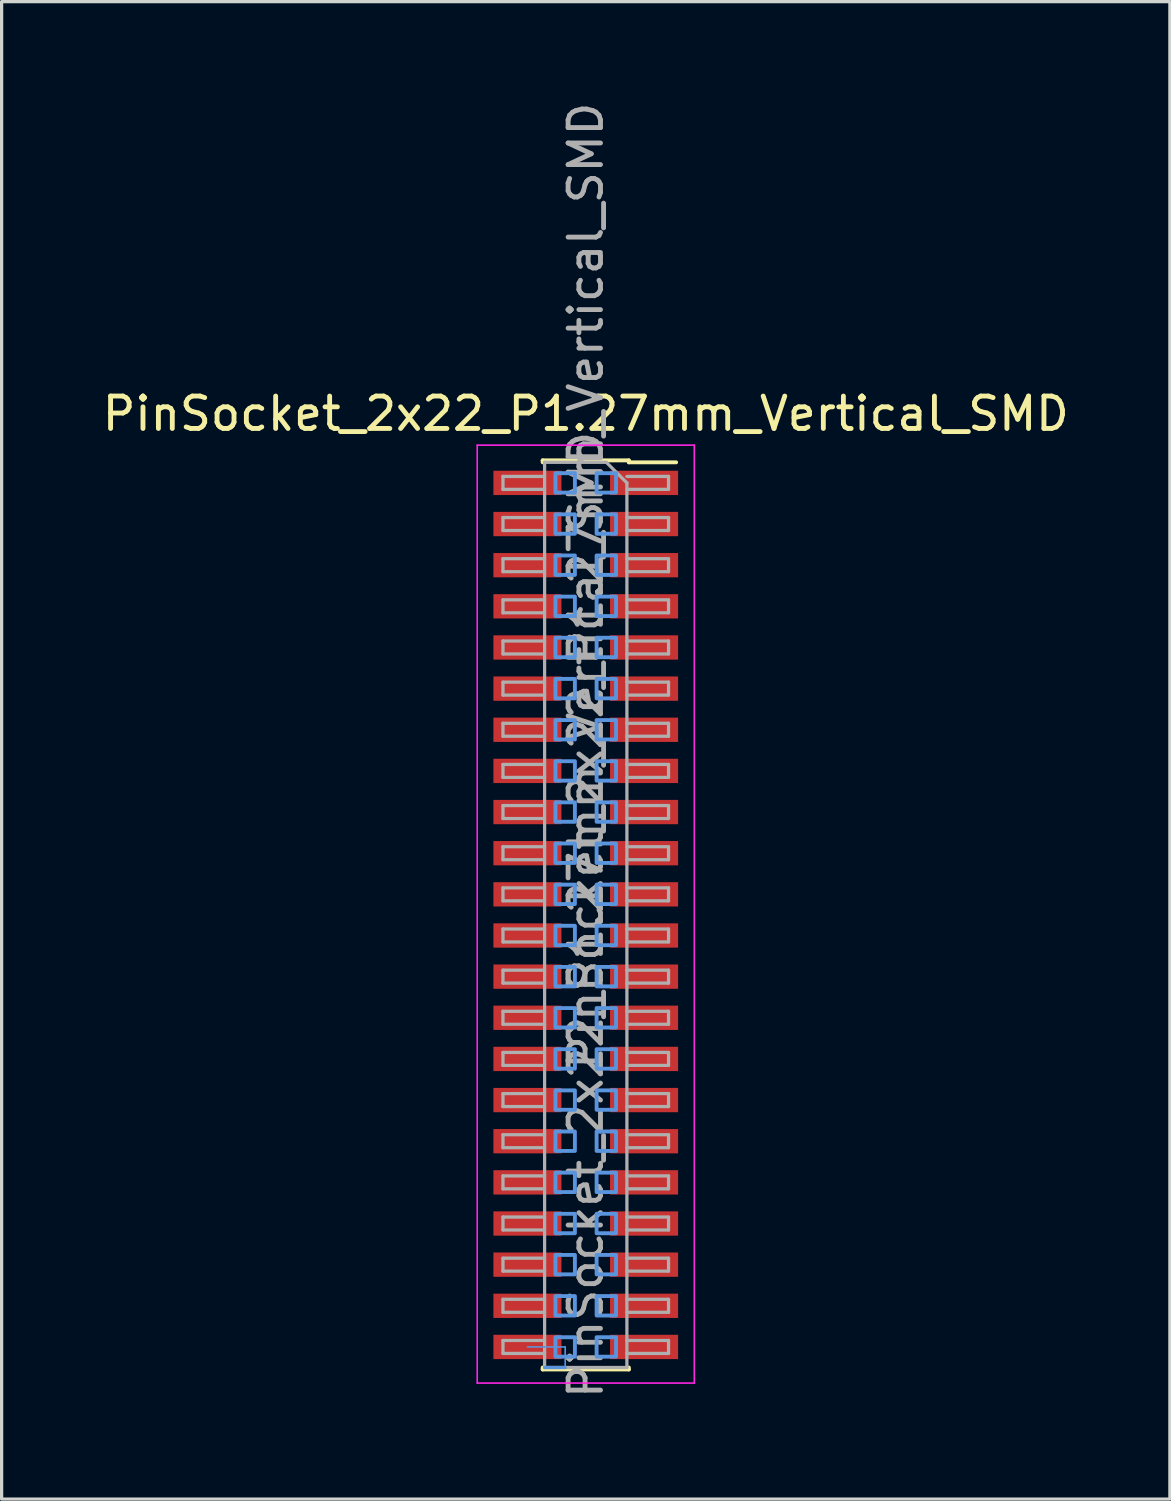
<source format=kicad_pcb>
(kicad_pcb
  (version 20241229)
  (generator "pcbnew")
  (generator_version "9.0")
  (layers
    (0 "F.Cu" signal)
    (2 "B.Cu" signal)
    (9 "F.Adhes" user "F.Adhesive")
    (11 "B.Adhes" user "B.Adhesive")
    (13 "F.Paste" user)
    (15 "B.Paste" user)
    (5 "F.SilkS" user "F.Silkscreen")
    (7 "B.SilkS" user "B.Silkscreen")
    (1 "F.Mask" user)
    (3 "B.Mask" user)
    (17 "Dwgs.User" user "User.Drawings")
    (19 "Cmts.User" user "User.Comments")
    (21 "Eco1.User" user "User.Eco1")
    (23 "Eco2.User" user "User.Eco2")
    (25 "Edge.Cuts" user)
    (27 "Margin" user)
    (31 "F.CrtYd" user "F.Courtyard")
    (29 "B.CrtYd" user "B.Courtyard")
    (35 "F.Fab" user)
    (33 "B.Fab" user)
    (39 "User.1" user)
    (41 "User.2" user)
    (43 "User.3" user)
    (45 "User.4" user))
  (footprint "PinSocket_2x22_P1.27mm_Vertical_SMD"
    (layer "F.Cu")
    (at 15.03 25.19)
    (property "Reference" "PinSocket_2x22_P1.27mm_Vertical_SMD" (at 0 -15.47 0) (layer "F.SilkS") (effects (font (size 1 1) (thickness 0.15))))
    (attr smd)
    (fp_line (start -1.33 -14.03) (end -1.33 -13.97) (stroke (width 0.12) (type solid)) (layer "F.SilkS"))
    (fp_line (start -1.33 -14.03) (end 1.33 -14.03) (stroke (width 0.12) (type solid)) (layer "F.SilkS"))
    (fp_line (start -1.33 13.97) (end -1.33 14.03) (stroke (width 0.12) (type solid)) (layer "F.SilkS"))
    (fp_line (start -1.33 14.03) (end 1.33 14.03) (stroke (width 0.12) (type solid)) (layer "F.SilkS"))
    (fp_line (start 1.33 -14.03) (end 1.33 -13.97) (stroke (width 0.12) (type solid)) (layer "F.SilkS"))
    (fp_line (start 1.33 -13.97) (end 2.79 -13.97) (stroke (width 0.12) (type solid)) (layer "F.SilkS"))
    (fp_line (start 1.33 13.97) (end 1.33 14.03) (stroke (width 0.12) (type solid)) (layer "F.SilkS"))
    (fp_line (start -1.8 13.335) (end -0.635 13.335) (stroke (width 0.05) (type solid)) (layer "Cmts.User"))
    (fp_line (start -1.27 13.97) (end -0.635 13.97) (stroke (width 0.1) (type solid)) (layer "Cmts.User"))
    (fp_line (start -0.635 13.97) (end -0.635 13.335) (stroke (width 0.05) (type solid)) (layer "Cmts.User"))
    (fp_rect (start -0.935 -13.035) (end -0.335 -13.635) (stroke (width 0.12) (type solid)) (fill no) (layer "Cmts.User"))
    (fp_rect (start -0.935 -11.765) (end -0.335 -12.365) (stroke (width 0.12) (type solid)) (fill no) (layer "Cmts.User"))
    (fp_rect (start -0.935 -10.495) (end -0.335 -11.095) (stroke (width 0.12) (type solid)) (fill no) (layer "Cmts.User"))
    (fp_rect (start -0.935 -9.225) (end -0.335 -9.825) (stroke (width 0.12) (type solid)) (fill no) (layer "Cmts.User"))
    (fp_rect (start -0.935 -7.955) (end -0.335 -8.555) (stroke (width 0.12) (type solid)) (fill no) (layer "Cmts.User"))
    (fp_rect (start -0.935 -6.685) (end -0.335 -7.285) (stroke (width 0.12) (type solid)) (fill no) (layer "Cmts.User"))
    (fp_rect (start -0.935 -5.415) (end -0.335 -6.015) (stroke (width 0.12) (type solid)) (fill no) (layer "Cmts.User"))
    (fp_rect (start -0.935 -4.145) (end -0.335 -4.745) (stroke (width 0.12) (type solid)) (fill no) (layer "Cmts.User"))
    (fp_rect (start -0.935 -2.875) (end -0.335 -3.475) (stroke (width 0.12) (type solid)) (fill no) (layer "Cmts.User"))
    (fp_rect (start -0.935 -1.605) (end -0.335 -2.205) (stroke (width 0.12) (type solid)) (fill no) (layer "Cmts.User"))
    (fp_rect (start -0.935 -0.335) (end -0.335 -0.935) (stroke (width 0.12) (type solid)) (fill no) (layer "Cmts.User"))
    (fp_rect (start -0.935 0.935) (end -0.335 0.335) (stroke (width 0.12) (type solid)) (fill no) (layer "Cmts.User"))
    (fp_rect (start -0.935 2.205) (end -0.335 1.605) (stroke (width 0.12) (type solid)) (fill no) (layer "Cmts.User"))
    (fp_rect (start -0.935 3.475) (end -0.335 2.875) (stroke (width 0.12) (type solid)) (fill no) (layer "Cmts.User"))
    (fp_rect (start -0.935 4.745) (end -0.335 4.145) (stroke (width 0.12) (type solid)) (fill no) (layer "Cmts.User"))
    (fp_rect (start -0.935 6.015) (end -0.335 5.415) (stroke (width 0.12) (type solid)) (fill no) (layer "Cmts.User"))
    (fp_rect (start -0.935 7.285) (end -0.335 6.685) (stroke (width 0.12) (type solid)) (fill no) (layer "Cmts.User"))
    (fp_rect (start -0.935 8.555) (end -0.335 7.955) (stroke (width 0.12) (type solid)) (fill no) (layer "Cmts.User"))
    (fp_rect (start -0.935 9.825) (end -0.335 9.225) (stroke (width 0.12) (type solid)) (fill no) (layer "Cmts.User"))
    (fp_rect (start -0.935 11.095) (end -0.335 10.495) (stroke (width 0.12) (type solid)) (fill no) (layer "Cmts.User"))
    (fp_rect (start -0.935 12.365) (end -0.335 11.765) (stroke (width 0.12) (type solid)) (fill no) (layer "Cmts.User"))
    (fp_rect (start -0.935 13.635) (end -0.335 13.035) (stroke (width 0.12) (type solid)) (fill no) (layer "Cmts.User"))
    (fp_rect (start 0.335 -13.035) (end 0.935 -13.635) (stroke (width 0.12) (type solid)) (fill no) (layer "Cmts.User"))
    (fp_rect (start 0.335 -11.765) (end 0.935 -12.365) (stroke (width 0.12) (type solid)) (fill no) (layer "Cmts.User"))
    (fp_rect (start 0.335 -10.495) (end 0.935 -11.095) (stroke (width 0.12) (type solid)) (fill no) (layer "Cmts.User"))
    (fp_rect (start 0.335 -9.225) (end 0.935 -9.825) (stroke (width 0.12) (type solid)) (fill no) (layer "Cmts.User"))
    (fp_rect (start 0.335 -7.955) (end 0.935 -8.555) (stroke (width 0.12) (type solid)) (fill no) (layer "Cmts.User"))
    (fp_rect (start 0.335 -6.685) (end 0.935 -7.285) (stroke (width 0.12) (type solid)) (fill no) (layer "Cmts.User"))
    (fp_rect (start 0.335 -5.415) (end 0.935 -6.015) (stroke (width 0.12) (type solid)) (fill no) (layer "Cmts.User"))
    (fp_rect (start 0.335 -4.145) (end 0.935 -4.745) (stroke (width 0.12) (type solid)) (fill no) (layer "Cmts.User"))
    (fp_rect (start 0.335 -2.875) (end 0.935 -3.475) (stroke (width 0.12) (type solid)) (fill no) (layer "Cmts.User"))
    (fp_rect (start 0.335 -1.605) (end 0.935 -2.205) (stroke (width 0.12) (type solid)) (fill no) (layer "Cmts.User"))
    (fp_rect (start 0.335 -0.335) (end 0.935 -0.935) (stroke (width 0.12) (type solid)) (fill no) (layer "Cmts.User"))
    (fp_rect (start 0.335 0.935) (end 0.935 0.335) (stroke (width 0.12) (type solid)) (fill no) (layer "Cmts.User"))
    (fp_rect (start 0.335 2.205) (end 0.935 1.605) (stroke (width 0.12) (type solid)) (fill no) (layer "Cmts.User"))
    (fp_rect (start 0.335 3.475) (end 0.935 2.875) (stroke (width 0.12) (type solid)) (fill no) (layer "Cmts.User"))
    (fp_rect (start 0.335 4.745) (end 0.935 4.145) (stroke (width 0.12) (type solid)) (fill no) (layer "Cmts.User"))
    (fp_rect (start 0.335 6.015) (end 0.935 5.415) (stroke (width 0.12) (type solid)) (fill no) (layer "Cmts.User"))
    (fp_rect (start 0.335 7.285) (end 0.935 6.685) (stroke (width 0.12) (type solid)) (fill no) (layer "Cmts.User"))
    (fp_rect (start 0.335 8.555) (end 0.935 7.955) (stroke (width 0.12) (type solid)) (fill no) (layer "Cmts.User"))
    (fp_rect (start 0.335 9.825) (end 0.935 9.225) (stroke (width 0.12) (type solid)) (fill no) (layer "Cmts.User"))
    (fp_rect (start 0.335 11.095) (end 0.935 10.495) (stroke (width 0.12) (type solid)) (fill no) (layer "Cmts.User"))
    (fp_rect (start 0.335 12.365) (end 0.935 11.765) (stroke (width 0.12) (type solid)) (fill no) (layer "Cmts.User"))
    (fp_rect (start 0.335 13.635) (end 0.935 13.035) (stroke (width 0.12) (type solid)) (fill no) (layer "Cmts.User"))
    (fp_line (start -3.35 -14.5) (end 3.35 -14.5) (stroke (width 0.05) (type solid)) (layer "F.CrtYd"))
    (fp_line (start -3.35 14.45) (end -3.35 -14.5) (stroke (width 0.05) (type solid)) (layer "F.CrtYd"))
    (fp_line (start 3.35 -14.5) (end 3.35 14.45) (stroke (width 0.05) (type solid)) (layer "F.CrtYd"))
    (fp_line (start 3.35 14.45) (end -3.35 14.45) (stroke (width 0.05) (type solid)) (layer "F.CrtYd"))
    (fp_line (start -2.555 -13.535) (end -1.27 -13.535) (stroke (width 0.1) (type solid)) (layer "F.Fab"))
    (fp_line (start -2.555 -13.135) (end -2.555 -13.535) (stroke (width 0.1) (type solid)) (layer "F.Fab"))
    (fp_line (start -2.555 -12.265) (end -1.27 -12.265) (stroke (width 0.1) (type solid)) (layer "F.Fab"))
    (fp_line (start -2.555 -11.865) (end -2.555 -12.265) (stroke (width 0.1) (type solid)) (layer "F.Fab"))
    (fp_line (start -2.555 -10.995) (end -1.27 -10.995) (stroke (width 0.1) (type solid)) (layer "F.Fab"))
    (fp_line (start -2.555 -10.595) (end -2.555 -10.995) (stroke (width 0.1) (type solid)) (layer "F.Fab"))
    (fp_line (start -2.555 -9.725) (end -1.27 -9.725) (stroke (width 0.1) (type solid)) (layer "F.Fab"))
    (fp_line (start -2.555 -9.325) (end -2.555 -9.725) (stroke (width 0.1) (type solid)) (layer "F.Fab"))
    (fp_line (start -2.555 -8.455) (end -1.27 -8.455) (stroke (width 0.1) (type solid)) (layer "F.Fab"))
    (fp_line (start -2.555 -8.055) (end -2.555 -8.455) (stroke (width 0.1) (type solid)) (layer "F.Fab"))
    (fp_line (start -2.555 -7.185) (end -1.27 -7.185) (stroke (width 0.1) (type solid)) (layer "F.Fab"))
    (fp_line (start -2.555 -6.785) (end -2.555 -7.185) (stroke (width 0.1) (type solid)) (layer "F.Fab"))
    (fp_line (start -2.555 -5.915) (end -1.27 -5.915) (stroke (width 0.1) (type solid)) (layer "F.Fab"))
    (fp_line (start -2.555 -5.515) (end -2.555 -5.915) (stroke (width 0.1) (type solid)) (layer "F.Fab"))
    (fp_line (start -2.555 -4.645) (end -1.27 -4.645) (stroke (width 0.1) (type solid)) (layer "F.Fab"))
    (fp_line (start -2.555 -4.245) (end -2.555 -4.645) (stroke (width 0.1) (type solid)) (layer "F.Fab"))
    (fp_line (start -2.555 -3.375) (end -1.27 -3.375) (stroke (width 0.1) (type solid)) (layer "F.Fab"))
    (fp_line (start -2.555 -2.975) (end -2.555 -3.375) (stroke (width 0.1) (type solid)) (layer "F.Fab"))
    (fp_line (start -2.555 -2.105) (end -1.27 -2.105) (stroke (width 0.1) (type solid)) (layer "F.Fab"))
    (fp_line (start -2.555 -1.705) (end -2.555 -2.105) (stroke (width 0.1) (type solid)) (layer "F.Fab"))
    (fp_line (start -2.555 -0.835) (end -1.27 -0.835) (stroke (width 0.1) (type solid)) (layer "F.Fab"))
    (fp_line (start -2.555 -0.435) (end -2.555 -0.835) (stroke (width 0.1) (type solid)) (layer "F.Fab"))
    (fp_line (start -2.555 0.435) (end -1.27 0.435) (stroke (width 0.1) (type solid)) (layer "F.Fab"))
    (fp_line (start -2.555 0.835) (end -2.555 0.435) (stroke (width 0.1) (type solid)) (layer "F.Fab"))
    (fp_line (start -2.555 1.705) (end -1.27 1.705) (stroke (width 0.1) (type solid)) (layer "F.Fab"))
    (fp_line (start -2.555 2.105) (end -2.555 1.705) (stroke (width 0.1) (type solid)) (layer "F.Fab"))
    (fp_line (start -2.555 2.975) (end -1.27 2.975) (stroke (width 0.1) (type solid)) (layer "F.Fab"))
    (fp_line (start -2.555 3.375) (end -2.555 2.975) (stroke (width 0.1) (type solid)) (layer "F.Fab"))
    (fp_line (start -2.555 4.245) (end -1.27 4.245) (stroke (width 0.1) (type solid)) (layer "F.Fab"))
    (fp_line (start -2.555 4.645) (end -2.555 4.245) (stroke (width 0.1) (type solid)) (layer "F.Fab"))
    (fp_line (start -2.555 5.515) (end -1.27 5.515) (stroke (width 0.1) (type solid)) (layer "F.Fab"))
    (fp_line (start -2.555 5.915) (end -2.555 5.515) (stroke (width 0.1) (type solid)) (layer "F.Fab"))
    (fp_line (start -2.555 6.785) (end -1.27 6.785) (stroke (width 0.1) (type solid)) (layer "F.Fab"))
    (fp_line (start -2.555 7.185) (end -2.555 6.785) (stroke (width 0.1) (type solid)) (layer "F.Fab"))
    (fp_line (start -2.555 8.055) (end -1.27 8.055) (stroke (width 0.1) (type solid)) (layer "F.Fab"))
    (fp_line (start -2.555 8.455) (end -2.555 8.055) (stroke (width 0.1) (type solid)) (layer "F.Fab"))
    (fp_line (start -2.555 9.325) (end -1.27 9.325) (stroke (width 0.1) (type solid)) (layer "F.Fab"))
    (fp_line (start -2.555 9.725) (end -2.555 9.325) (stroke (width 0.1) (type solid)) (layer "F.Fab"))
    (fp_line (start -2.555 10.595) (end -1.27 10.595) (stroke (width 0.1) (type solid)) (layer "F.Fab"))
    (fp_line (start -2.555 10.995) (end -2.555 10.595) (stroke (width 0.1) (type solid)) (layer "F.Fab"))
    (fp_line (start -2.555 11.865) (end -1.27 11.865) (stroke (width 0.1) (type solid)) (layer "F.Fab"))
    (fp_line (start -2.555 12.265) (end -2.555 11.865) (stroke (width 0.1) (type solid)) (layer "F.Fab"))
    (fp_line (start -2.555 13.135) (end -1.27 13.135) (stroke (width 0.1) (type solid)) (layer "F.Fab"))
    (fp_line (start -2.555 13.535) (end -2.555 13.135) (stroke (width 0.1) (type solid)) (layer "F.Fab"))
    (fp_line (start -1.27 -13.97) (end 0.635 -13.97) (stroke (width 0.1) (type solid)) (layer "F.Fab"))
    (fp_line (start -1.27 -13.135) (end -2.555 -13.135) (stroke (width 0.1) (type solid)) (layer "F.Fab"))
    (fp_line (start -1.27 -11.865) (end -2.555 -11.865) (stroke (width 0.1) (type solid)) (layer "F.Fab"))
    (fp_line (start -1.27 -10.595) (end -2.555 -10.595) (stroke (width 0.1) (type solid)) (layer "F.Fab"))
    (fp_line (start -1.27 -9.325) (end -2.555 -9.325) (stroke (width 0.1) (type solid)) (layer "F.Fab"))
    (fp_line (start -1.27 -8.055) (end -2.555 -8.055) (stroke (width 0.1) (type solid)) (layer "F.Fab"))
    (fp_line (start -1.27 -6.785) (end -2.555 -6.785) (stroke (width 0.1) (type solid)) (layer "F.Fab"))
    (fp_line (start -1.27 -5.515) (end -2.555 -5.515) (stroke (width 0.1) (type solid)) (layer "F.Fab"))
    (fp_line (start -1.27 -4.245) (end -2.555 -4.245) (stroke (width 0.1) (type solid)) (layer "F.Fab"))
    (fp_line (start -1.27 -2.975) (end -2.555 -2.975) (stroke (width 0.1) (type solid)) (layer "F.Fab"))
    (fp_line (start -1.27 -1.705) (end -2.555 -1.705) (stroke (width 0.1) (type solid)) (layer "F.Fab"))
    (fp_line (start -1.27 -0.435) (end -2.555 -0.435) (stroke (width 0.1) (type solid)) (layer "F.Fab"))
    (fp_line (start -1.27 0.835) (end -2.555 0.835) (stroke (width 0.1) (type solid)) (layer "F.Fab"))
    (fp_line (start -1.27 2.105) (end -2.555 2.105) (stroke (width 0.1) (type solid)) (layer "F.Fab"))
    (fp_line (start -1.27 3.375) (end -2.555 3.375) (stroke (width 0.1) (type solid)) (layer "F.Fab"))
    (fp_line (start -1.27 4.645) (end -2.555 4.645) (stroke (width 0.1) (type solid)) (layer "F.Fab"))
    (fp_line (start -1.27 5.915) (end -2.555 5.915) (stroke (width 0.1) (type solid)) (layer "F.Fab"))
    (fp_line (start -1.27 7.185) (end -2.555 7.185) (stroke (width 0.1) (type solid)) (layer "F.Fab"))
    (fp_line (start -1.27 8.455) (end -2.555 8.455) (stroke (width 0.1) (type solid)) (layer "F.Fab"))
    (fp_line (start -1.27 9.725) (end -2.555 9.725) (stroke (width 0.1) (type solid)) (layer "F.Fab"))
    (fp_line (start -1.27 10.995) (end -2.555 10.995) (stroke (width 0.1) (type solid)) (layer "F.Fab"))
    (fp_line (start -1.27 12.265) (end -2.555 12.265) (stroke (width 0.1) (type solid)) (layer "F.Fab"))
    (fp_line (start -1.27 13.535) (end -2.555 13.535) (stroke (width 0.1) (type solid)) (layer "F.Fab"))
    (fp_line (start -1.27 13.97) (end -1.27 -13.97) (stroke (width 0.1) (type solid)) (layer "F.Fab"))
    (fp_line (start 0.635 -13.97) (end 1.27 -13.335) (stroke (width 0.1) (type solid)) (layer "F.Fab"))
    (fp_line (start 1.27 -13.535) (end 2.555 -13.535) (stroke (width 0.1) (type solid)) (layer "F.Fab"))
    (fp_line (start 1.27 -13.335) (end 1.27 13.97) (stroke (width 0.1) (type solid)) (layer "F.Fab"))
    (fp_line (start 1.27 -12.265) (end 2.555 -12.265) (stroke (width 0.1) (type solid)) (layer "F.Fab"))
    (fp_line (start 1.27 -10.995) (end 2.555 -10.995) (stroke (width 0.1) (type solid)) (layer "F.Fab"))
    (fp_line (start 1.27 -9.725) (end 2.555 -9.725) (stroke (width 0.1) (type solid)) (layer "F.Fab"))
    (fp_line (start 1.27 -8.455) (end 2.555 -8.455) (stroke (width 0.1) (type solid)) (layer "F.Fab"))
    (fp_line (start 1.27 -7.185) (end 2.555 -7.185) (stroke (width 0.1) (type solid)) (layer "F.Fab"))
    (fp_line (start 1.27 -5.915) (end 2.555 -5.915) (stroke (width 0.1) (type solid)) (layer "F.Fab"))
    (fp_line (start 1.27 -4.645) (end 2.555 -4.645) (stroke (width 0.1) (type solid)) (layer "F.Fab"))
    (fp_line (start 1.27 -3.375) (end 2.555 -3.375) (stroke (width 0.1) (type solid)) (layer "F.Fab"))
    (fp_line (start 1.27 -2.105) (end 2.555 -2.105) (stroke (width 0.1) (type solid)) (layer "F.Fab"))
    (fp_line (start 1.27 -0.835) (end 2.555 -0.835) (stroke (width 0.1) (type solid)) (layer "F.Fab"))
    (fp_line (start 1.27 0.435) (end 2.555 0.435) (stroke (width 0.1) (type solid)) (layer "F.Fab"))
    (fp_line (start 1.27 1.705) (end 2.555 1.705) (stroke (width 0.1) (type solid)) (layer "F.Fab"))
    (fp_line (start 1.27 2.975) (end 2.555 2.975) (stroke (width 0.1) (type solid)) (layer "F.Fab"))
    (fp_line (start 1.27 4.245) (end 2.555 4.245) (stroke (width 0.1) (type solid)) (layer "F.Fab"))
    (fp_line (start 1.27 5.515) (end 2.555 5.515) (stroke (width 0.1) (type solid)) (layer "F.Fab"))
    (fp_line (start 1.27 6.785) (end 2.555 6.785) (stroke (width 0.1) (type solid)) (layer "F.Fab"))
    (fp_line (start 1.27 8.055) (end 2.555 8.055) (stroke (width 0.1) (type solid)) (layer "F.Fab"))
    (fp_line (start 1.27 9.325) (end 2.555 9.325) (stroke (width 0.1) (type solid)) (layer "F.Fab"))
    (fp_line (start 1.27 10.595) (end 2.555 10.595) (stroke (width 0.1) (type solid)) (layer "F.Fab"))
    (fp_line (start 1.27 11.865) (end 2.555 11.865) (stroke (width 0.1) (type solid)) (layer "F.Fab"))
    (fp_line (start 1.27 13.135) (end 2.555 13.135) (stroke (width 0.1) (type solid)) (layer "F.Fab"))
    (fp_line (start 1.27 13.97) (end -1.27 13.97) (stroke (width 0.1) (type solid)) (layer "F.Fab"))
    (fp_line (start 2.555 -13.535) (end 2.555 -13.135) (stroke (width 0.1) (type solid)) (layer "F.Fab"))
    (fp_line (start 2.555 -13.135) (end 1.27 -13.135) (stroke (width 0.1) (type solid)) (layer "F.Fab"))
    (fp_line (start 2.555 -12.265) (end 2.555 -11.865) (stroke (width 0.1) (type solid)) (layer "F.Fab"))
    (fp_line (start 2.555 -11.865) (end 1.27 -11.865) (stroke (width 0.1) (type solid)) (layer "F.Fab"))
    (fp_line (start 2.555 -10.995) (end 2.555 -10.595) (stroke (width 0.1) (type solid)) (layer "F.Fab"))
    (fp_line (start 2.555 -10.595) (end 1.27 -10.595) (stroke (width 0.1) (type solid)) (layer "F.Fab"))
    (fp_line (start 2.555 -9.725) (end 2.555 -9.325) (stroke (width 0.1) (type solid)) (layer "F.Fab"))
    (fp_line (start 2.555 -9.325) (end 1.27 -9.325) (stroke (width 0.1) (type solid)) (layer "F.Fab"))
    (fp_line (start 2.555 -8.455) (end 2.555 -8.055) (stroke (width 0.1) (type solid)) (layer "F.Fab"))
    (fp_line (start 2.555 -8.055) (end 1.27 -8.055) (stroke (width 0.1) (type solid)) (layer "F.Fab"))
    (fp_line (start 2.555 -7.185) (end 2.555 -6.785) (stroke (width 0.1) (type solid)) (layer "F.Fab"))
    (fp_line (start 2.555 -6.785) (end 1.27 -6.785) (stroke (width 0.1) (type solid)) (layer "F.Fab"))
    (fp_line (start 2.555 -5.915) (end 2.555 -5.515) (stroke (width 0.1) (type solid)) (layer "F.Fab"))
    (fp_line (start 2.555 -5.515) (end 1.27 -5.515) (stroke (width 0.1) (type solid)) (layer "F.Fab"))
    (fp_line (start 2.555 -4.645) (end 2.555 -4.245) (stroke (width 0.1) (type solid)) (layer "F.Fab"))
    (fp_line (start 2.555 -4.245) (end 1.27 -4.245) (stroke (width 0.1) (type solid)) (layer "F.Fab"))
    (fp_line (start 2.555 -3.375) (end 2.555 -2.975) (stroke (width 0.1) (type solid)) (layer "F.Fab"))
    (fp_line (start 2.555 -2.975) (end 1.27 -2.975) (stroke (width 0.1) (type solid)) (layer "F.Fab"))
    (fp_line (start 2.555 -2.105) (end 2.555 -1.705) (stroke (width 0.1) (type solid)) (layer "F.Fab"))
    (fp_line (start 2.555 -1.705) (end 1.27 -1.705) (stroke (width 0.1) (type solid)) (layer "F.Fab"))
    (fp_line (start 2.555 -0.835) (end 2.555 -0.435) (stroke (width 0.1) (type solid)) (layer "F.Fab"))
    (fp_line (start 2.555 -0.435) (end 1.27 -0.435) (stroke (width 0.1) (type solid)) (layer "F.Fab"))
    (fp_line (start 2.555 0.435) (end 2.555 0.835) (stroke (width 0.1) (type solid)) (layer "F.Fab"))
    (fp_line (start 2.555 0.835) (end 1.27 0.835) (stroke (width 0.1) (type solid)) (layer "F.Fab"))
    (fp_line (start 2.555 1.705) (end 2.555 2.105) (stroke (width 0.1) (type solid)) (layer "F.Fab"))
    (fp_line (start 2.555 2.105) (end 1.27 2.105) (stroke (width 0.1) (type solid)) (layer "F.Fab"))
    (fp_line (start 2.555 2.975) (end 2.555 3.375) (stroke (width 0.1) (type solid)) (layer "F.Fab"))
    (fp_line (start 2.555 3.375) (end 1.27 3.375) (stroke (width 0.1) (type solid)) (layer "F.Fab"))
    (fp_line (start 2.555 4.245) (end 2.555 4.645) (stroke (width 0.1) (type solid)) (layer "F.Fab"))
    (fp_line (start 2.555 4.645) (end 1.27 4.645) (stroke (width 0.1) (type solid)) (layer "F.Fab"))
    (fp_line (start 2.555 5.515) (end 2.555 5.915) (stroke (width 0.1) (type solid)) (layer "F.Fab"))
    (fp_line (start 2.555 5.915) (end 1.27 5.915) (stroke (width 0.1) (type solid)) (layer "F.Fab"))
    (fp_line (start 2.555 6.785) (end 2.555 7.185) (stroke (width 0.1) (type solid)) (layer "F.Fab"))
    (fp_line (start 2.555 7.185) (end 1.27 7.185) (stroke (width 0.1) (type solid)) (layer "F.Fab"))
    (fp_line (start 2.555 8.055) (end 2.555 8.455) (stroke (width 0.1) (type solid)) (layer "F.Fab"))
    (fp_line (start 2.555 8.455) (end 1.27 8.455) (stroke (width 0.1) (type solid)) (layer "F.Fab"))
    (fp_line (start 2.555 9.325) (end 2.555 9.725) (stroke (width 0.1) (type solid)) (layer "F.Fab"))
    (fp_line (start 2.555 9.725) (end 1.27 9.725) (stroke (width 0.1) (type solid)) (layer "F.Fab"))
    (fp_line (start 2.555 10.595) (end 2.555 10.995) (stroke (width 0.1) (type solid)) (layer "F.Fab"))
    (fp_line (start 2.555 10.995) (end 1.27 10.995) (stroke (width 0.1) (type solid)) (layer "F.Fab"))
    (fp_line (start 2.555 11.865) (end 2.555 12.265) (stroke (width 0.1) (type solid)) (layer "F.Fab"))
    (fp_line (start 2.555 12.265) (end 1.27 12.265) (stroke (width 0.1) (type solid)) (layer "F.Fab"))
    (fp_line (start 2.555 13.135) (end 2.555 13.535) (stroke (width 0.1) (type solid)) (layer "F.Fab"))
    (fp_line (start 2.555 13.535) (end 1.27 13.535) (stroke (width 0.1) (type solid)) (layer "F.Fab"))
    (fp_text user "${REFERENCE}" (at 0 -10.16 90) (layer "F.Fab") (effects (font (size 1 1) (thickness 0.15))))
    (fp_text user "${REFERENCE}" (at 0 0 90) (layer "F.Fab") (effects (font (size 1 1) (thickness 0.15))))
    (pad "1" smd rect (at 1.8 -13.335) (size 2.1 0.75) (layers "F.Cu" "F.Mask" "F.Paste"))
    (pad "2" smd rect (at -1.8 -13.335) (size 2.1 0.75) (layers "F.Cu" "F.Mask" "F.Paste"))
    (pad "3" smd rect (at 1.8 -12.065) (size 2.1 0.75) (layers "F.Cu" "F.Mask" "F.Paste"))
    (pad "4" smd rect (at -1.8 -12.065) (size 2.1 0.75) (layers "F.Cu" "F.Mask" "F.Paste"))
    (pad "5" smd rect (at 1.8 -10.795) (size 2.1 0.75) (layers "F.Cu" "F.Mask" "F.Paste"))
    (pad "6" smd rect (at -1.8 -10.795) (size 2.1 0.75) (layers "F.Cu" "F.Mask" "F.Paste"))
    (pad "7" smd rect (at 1.8 -9.525) (size 2.1 0.75) (layers "F.Cu" "F.Mask" "F.Paste"))
    (pad "8" smd rect (at -1.8 -9.525) (size 2.1 0.75) (layers "F.Cu" "F.Mask" "F.Paste"))
    (pad "9" smd rect (at 1.8 -8.255) (size 2.1 0.75) (layers "F.Cu" "F.Mask" "F.Paste"))
    (pad "10" smd rect (at -1.8 -8.255) (size 2.1 0.75) (layers "F.Cu" "F.Mask" "F.Paste"))
    (pad "11" smd rect (at 1.8 -6.985) (size 2.1 0.75) (layers "F.Cu" "F.Mask" "F.Paste"))
    (pad "12" smd rect (at -1.8 -6.985) (size 2.1 0.75) (layers "F.Cu" "F.Mask" "F.Paste"))
    (pad "13" smd rect (at 1.8 -5.715) (size 2.1 0.75) (layers "F.Cu" "F.Mask" "F.Paste"))
    (pad "14" smd rect (at -1.8 -5.715) (size 2.1 0.75) (layers "F.Cu" "F.Mask" "F.Paste"))
    (pad "15" smd rect (at 1.8 -4.445) (size 2.1 0.75) (layers "F.Cu" "F.Mask" "F.Paste"))
    (pad "16" smd rect (at -1.8 -4.445) (size 2.1 0.75) (layers "F.Cu" "F.Mask" "F.Paste"))
    (pad "17" smd rect (at 1.8 -3.175) (size 2.1 0.75) (layers "F.Cu" "F.Mask" "F.Paste"))
    (pad "18" smd rect (at -1.8 -3.175) (size 2.1 0.75) (layers "F.Cu" "F.Mask" "F.Paste"))
    (pad "19" smd rect (at 1.8 -1.905) (size 2.1 0.75) (layers "F.Cu" "F.Mask" "F.Paste"))
    (pad "20" smd rect (at -1.8 -1.905) (size 2.1 0.75) (layers "F.Cu" "F.Mask" "F.Paste"))
    (pad "21" smd rect (at 1.8 -0.635) (size 2.1 0.75) (layers "F.Cu" "F.Mask" "F.Paste"))
    (pad "22" smd rect (at -1.8 -0.635) (size 2.1 0.75) (layers "F.Cu" "F.Mask" "F.Paste"))
    (pad "23" smd rect (at 1.8 0.635) (size 2.1 0.75) (layers "F.Cu" "F.Mask" "F.Paste"))
    (pad "24" smd rect (at -1.8 0.635) (size 2.1 0.75) (layers "F.Cu" "F.Mask" "F.Paste"))
    (pad "25" smd rect (at 1.8 1.905) (size 2.1 0.75) (layers "F.Cu" "F.Mask" "F.Paste"))
    (pad "26" smd rect (at -1.8 1.905) (size 2.1 0.75) (layers "F.Cu" "F.Mask" "F.Paste"))
    (pad "27" smd rect (at 1.8 3.175) (size 2.1 0.75) (layers "F.Cu" "F.Mask" "F.Paste"))
    (pad "28" smd rect (at -1.8 3.175) (size 2.1 0.75) (layers "F.Cu" "F.Mask" "F.Paste"))
    (pad "29" smd rect (at 1.8 4.445) (size 2.1 0.75) (layers "F.Cu" "F.Mask" "F.Paste"))
    (pad "30" smd rect (at -1.8 4.445) (size 2.1 0.75) (layers "F.Cu" "F.Mask" "F.Paste"))
    (pad "31" smd rect (at 1.8 5.715) (size 2.1 0.75) (layers "F.Cu" "F.Mask" "F.Paste"))
    (pad "32" smd rect (at -1.8 5.715) (size 2.1 0.75) (layers "F.Cu" "F.Mask" "F.Paste"))
    (pad "33" smd rect (at 1.8 6.985) (size 2.1 0.75) (layers "F.Cu" "F.Mask" "F.Paste"))
    (pad "34" smd rect (at -1.8 6.985) (size 2.1 0.75) (layers "F.Cu" "F.Mask" "F.Paste"))
    (pad "35" smd rect (at 1.8 8.255) (size 2.1 0.75) (layers "F.Cu" "F.Mask" "F.Paste"))
    (pad "36" smd rect (at -1.8 8.255) (size 2.1 0.75) (layers "F.Cu" "F.Mask" "F.Paste"))
    (pad "37" smd rect (at 1.8 9.525) (size 2.1 0.75) (layers "F.Cu" "F.Mask" "F.Paste"))
    (pad "38" smd rect (at -1.8 9.525) (size 2.1 0.75) (layers "F.Cu" "F.Mask" "F.Paste"))
    (pad "39" smd rect (at 1.8 10.795) (size 2.1 0.75) (layers "F.Cu" "F.Mask" "F.Paste"))
    (pad "40" smd rect (at -1.8 10.795) (size 2.1 0.75) (layers "F.Cu" "F.Mask" "F.Paste"))
    (pad "41" smd rect (at 1.8 12.065) (size 2.1 0.75) (layers "F.Cu" "F.Mask" "F.Paste"))
    (pad "42" smd rect (at -1.8 12.065) (size 2.1 0.75) (layers "F.Cu" "F.Mask" "F.Paste"))
    (pad "43" smd rect (at 1.8 13.335) (size 2.1 0.75) (layers "F.Cu" "F.Mask" "F.Paste"))
    (pad "44" smd rect (at -1.8 13.335) (size 2.1 0.75) (layers "F.Cu" "F.Mask" "F.Paste")))
  (gr_rect
    (start -3 -3)
    (end 33.06 43.22)
    (stroke (width 0.1) (type default))
    (fill no)
    (layer "Edge.Cuts")))
</source>
